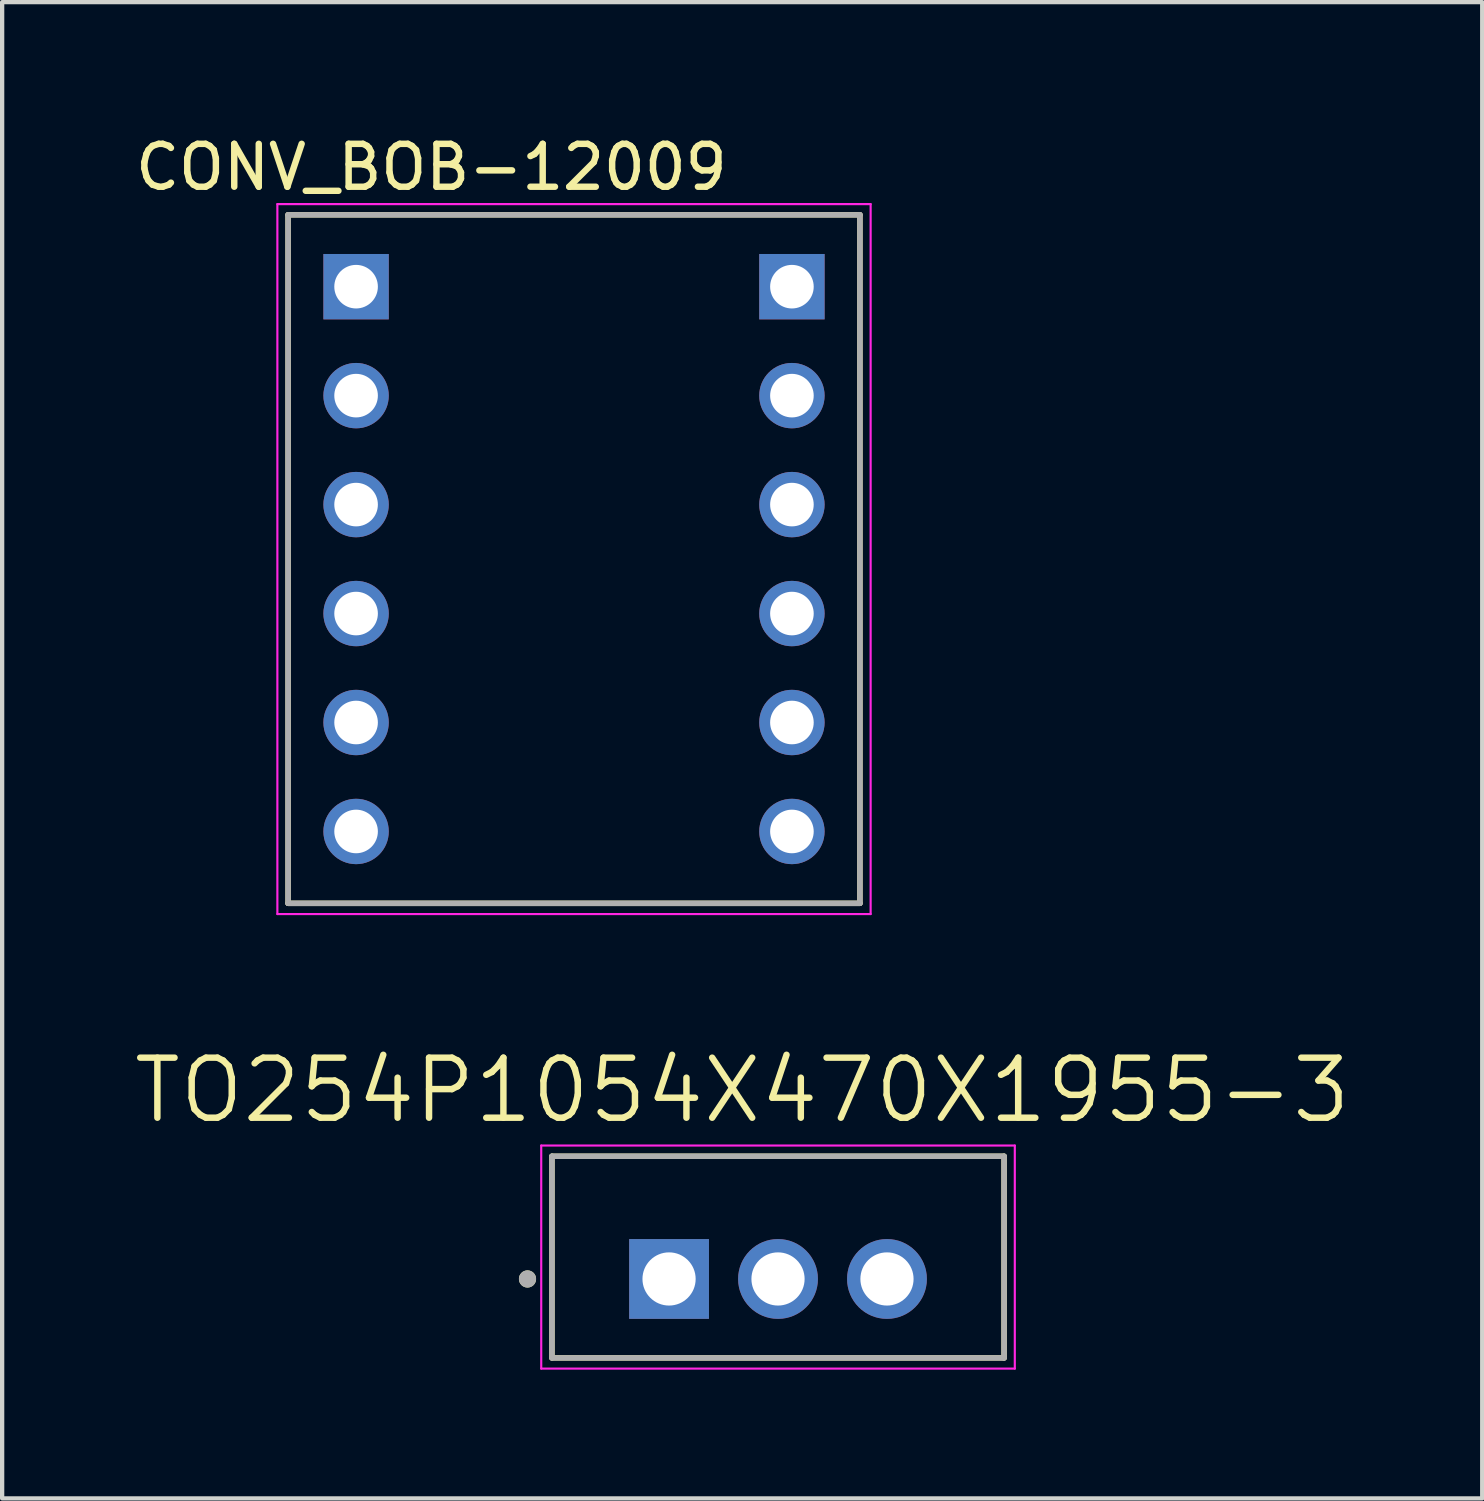
<source format=kicad_pcb>
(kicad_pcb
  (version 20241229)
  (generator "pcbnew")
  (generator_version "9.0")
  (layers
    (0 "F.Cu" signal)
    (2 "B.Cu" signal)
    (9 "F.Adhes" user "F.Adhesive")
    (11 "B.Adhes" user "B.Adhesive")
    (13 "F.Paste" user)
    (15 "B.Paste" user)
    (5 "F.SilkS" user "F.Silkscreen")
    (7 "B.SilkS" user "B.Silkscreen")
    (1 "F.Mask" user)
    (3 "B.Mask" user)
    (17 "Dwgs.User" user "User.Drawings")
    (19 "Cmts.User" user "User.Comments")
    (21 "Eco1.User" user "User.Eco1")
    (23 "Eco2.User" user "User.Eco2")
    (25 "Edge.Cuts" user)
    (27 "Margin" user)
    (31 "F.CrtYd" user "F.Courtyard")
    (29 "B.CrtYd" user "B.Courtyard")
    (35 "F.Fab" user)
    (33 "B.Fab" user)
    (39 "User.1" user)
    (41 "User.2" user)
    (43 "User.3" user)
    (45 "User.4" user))
  (footprint "TO254P1054X470X1955-3"
    (layer "F.Cu")
    (at 15.087 26.765)
    (property "Reference" "TO254P1054X470X1955-3" (at -0.835 -4.399 0) (layer "F.SilkS") (effects (font (size 1.4 1.4) (thickness 0.15))))
    (attr through_hole)
    (fp_line (start -5.27 -2.86) (end -5.27 1.84) (stroke (width 0.127) (type solid)) (layer "F.SilkS"))
    (fp_line (start -5.27 1.84) (end 5.27 1.84) (stroke (width 0.127) (type solid)) (layer "F.SilkS"))
    (fp_line (start 5.27 -2.86) (end -5.27 -2.86) (stroke (width 0.127) (type solid)) (layer "F.SilkS"))
    (fp_line (start 5.27 1.84) (end 5.27 -2.86) (stroke (width 0.127) (type solid)) (layer "F.SilkS"))
    (fp_circle (center -5.84 0) (end -5.74 0) (stroke (width 0.2) (type solid)) (fill no) (layer "F.SilkS"))
    (fp_line (start -5.52 -3.11) (end -5.52 2.09) (stroke (width 0.05) (type solid)) (layer "F.CrtYd"))
    (fp_line (start -5.52 2.09) (end 5.52 2.09) (stroke (width 0.05) (type solid)) (layer "F.CrtYd"))
    (fp_line (start 5.52 -3.11) (end -5.52 -3.11) (stroke (width 0.05) (type solid)) (layer "F.CrtYd"))
    (fp_line (start 5.52 2.09) (end 5.52 -3.11) (stroke (width 0.05) (type solid)) (layer "F.CrtYd"))
    (fp_line (start -5.27 -2.86) (end -5.27 1.84) (stroke (width 0.127) (type solid)) (layer "F.Fab"))
    (fp_line (start -5.27 1.84) (end 5.27 1.84) (stroke (width 0.127) (type solid)) (layer "F.Fab"))
    (fp_line (start 5.27 -2.86) (end -5.27 -2.86) (stroke (width 0.127) (type solid)) (layer "F.Fab"))
    (fp_line (start 5.27 1.84) (end 5.27 -2.86) (stroke (width 0.127) (type solid)) (layer "F.Fab"))
    (fp_circle (center -5.84 0) (end -5.74 0) (stroke (width 0.2) (type solid)) (fill no) (layer "F.Fab"))
    (pad "1" thru_hole rect (at -2.54 0) (size 1.86 1.86) (drill 1.24) (layers "*.Cu" "*.Mask"))
    (pad "2" thru_hole circle (at 0 0) (size 1.86 1.86) (drill 1.24) (layers "*.Cu" "*.Mask"))
    (pad "3" thru_hole circle (at 2.54 0) (size 1.86 1.86) (drill 1.24) (layers "*.Cu" "*.Mask")))
  (footprint "CONV_BOB-12009"
    (layer "F.Cu")
    (at 10.331 9.983)
    (property "Reference" "CONV_BOB-12009" (at -3.325 -9.135 0) (layer "F.SilkS") (effects (font (size 1 1) (thickness 0.15))))
    (attr through_hole)
    (fp_line (start -6.665 -8.025) (end 6.665 -8.025) (stroke (width 0.127) (type solid)) (layer "F.SilkS"))
    (fp_line (start -6.665 8.025) (end -6.665 -8.025) (stroke (width 0.127) (type solid)) (layer "F.SilkS"))
    (fp_line (start 6.665 -8.025) (end 6.665 8.025) (stroke (width 0.127) (type solid)) (layer "F.SilkS"))
    (fp_line (start 6.665 8.025) (end -6.665 8.025) (stroke (width 0.127) (type solid)) (layer "F.SilkS"))
    (fp_line (start -6.915 -8.275) (end -6.915 8.275) (stroke (width 0.05) (type solid)) (layer "F.CrtYd"))
    (fp_line (start -6.915 8.275) (end 6.915 8.275) (stroke (width 0.05) (type solid)) (layer "F.CrtYd"))
    (fp_line (start 6.915 -8.275) (end -6.915 -8.275) (stroke (width 0.05) (type solid)) (layer "F.CrtYd"))
    (fp_line (start 6.915 8.275) (end 6.915 -8.275) (stroke (width 0.05) (type solid)) (layer "F.CrtYd"))
    (fp_line (start -6.665 -8.025) (end 6.665 -8.025) (stroke (width 0.127) (type solid)) (layer "F.Fab"))
    (fp_line (start -6.665 8.025) (end -6.665 -8.025) (stroke (width 0.127) (type solid)) (layer "F.Fab"))
    (fp_line (start 6.665 -8.025) (end 6.665 8.025) (stroke (width 0.127) (type solid)) (layer "F.Fab"))
    (fp_line (start 6.665 8.025) (end -6.665 8.025) (stroke (width 0.127) (type solid)) (layer "F.Fab"))
    (pad "GND_1" thru_hole circle (at 5.08 1.27) (size 1.524 1.524) (drill 1.016) (layers "*.Cu" "*.Mask"))
    (pad "GND_2" thru_hole circle (at -5.08 1.27) (size 1.524 1.524) (drill 1.016) (layers "*.Cu" "*.Mask"))
    (pad "HV" thru_hole circle (at 5.08 -1.27) (size 1.524 1.524) (drill 1.016) (layers "*.Cu" "*.Mask"))
    (pad "HV1" thru_hole rect (at 5.08 -6.35) (size 1.524 1.524) (drill 1.016) (layers "*.Cu" "*.Mask"))
    (pad "HV2" thru_hole circle (at 5.08 -3.81) (size 1.524 1.524) (drill 1.016) (layers "*.Cu" "*.Mask"))
    (pad "HV3" thru_hole circle (at 5.08 3.81) (size 1.524 1.524) (drill 1.016) (layers "*.Cu" "*.Mask"))
    (pad "HV4" thru_hole circle (at 5.08 6.35) (size 1.524 1.524) (drill 1.016) (layers "*.Cu" "*.Mask"))
    (pad "LV" thru_hole circle (at -5.08 -1.27) (size 1.524 1.524) (drill 1.016) (layers "*.Cu" "*.Mask"))
    (pad "LV1" thru_hole rect (at -5.08 -6.35) (size 1.524 1.524) (drill 1.016) (layers "*.Cu" "*.Mask"))
    (pad "LV2" thru_hole circle (at -5.08 -3.81) (size 1.524 1.524) (drill 1.016) (layers "*.Cu" "*.Mask"))
    (pad "LV3" thru_hole circle (at -5.08 3.81) (size 1.524 1.524) (drill 1.016) (layers "*.Cu" "*.Mask"))
    (pad "LV4" thru_hole circle (at -5.08 6.35) (size 1.524 1.524) (drill 1.016) (layers "*.Cu" "*.Mask")))
  (gr_rect
    (start -3 -3)
    (end 31.503 31.88)
    (stroke (width 0.1) (type default))
    (fill no)
    (layer "Edge.Cuts")))
</source>
